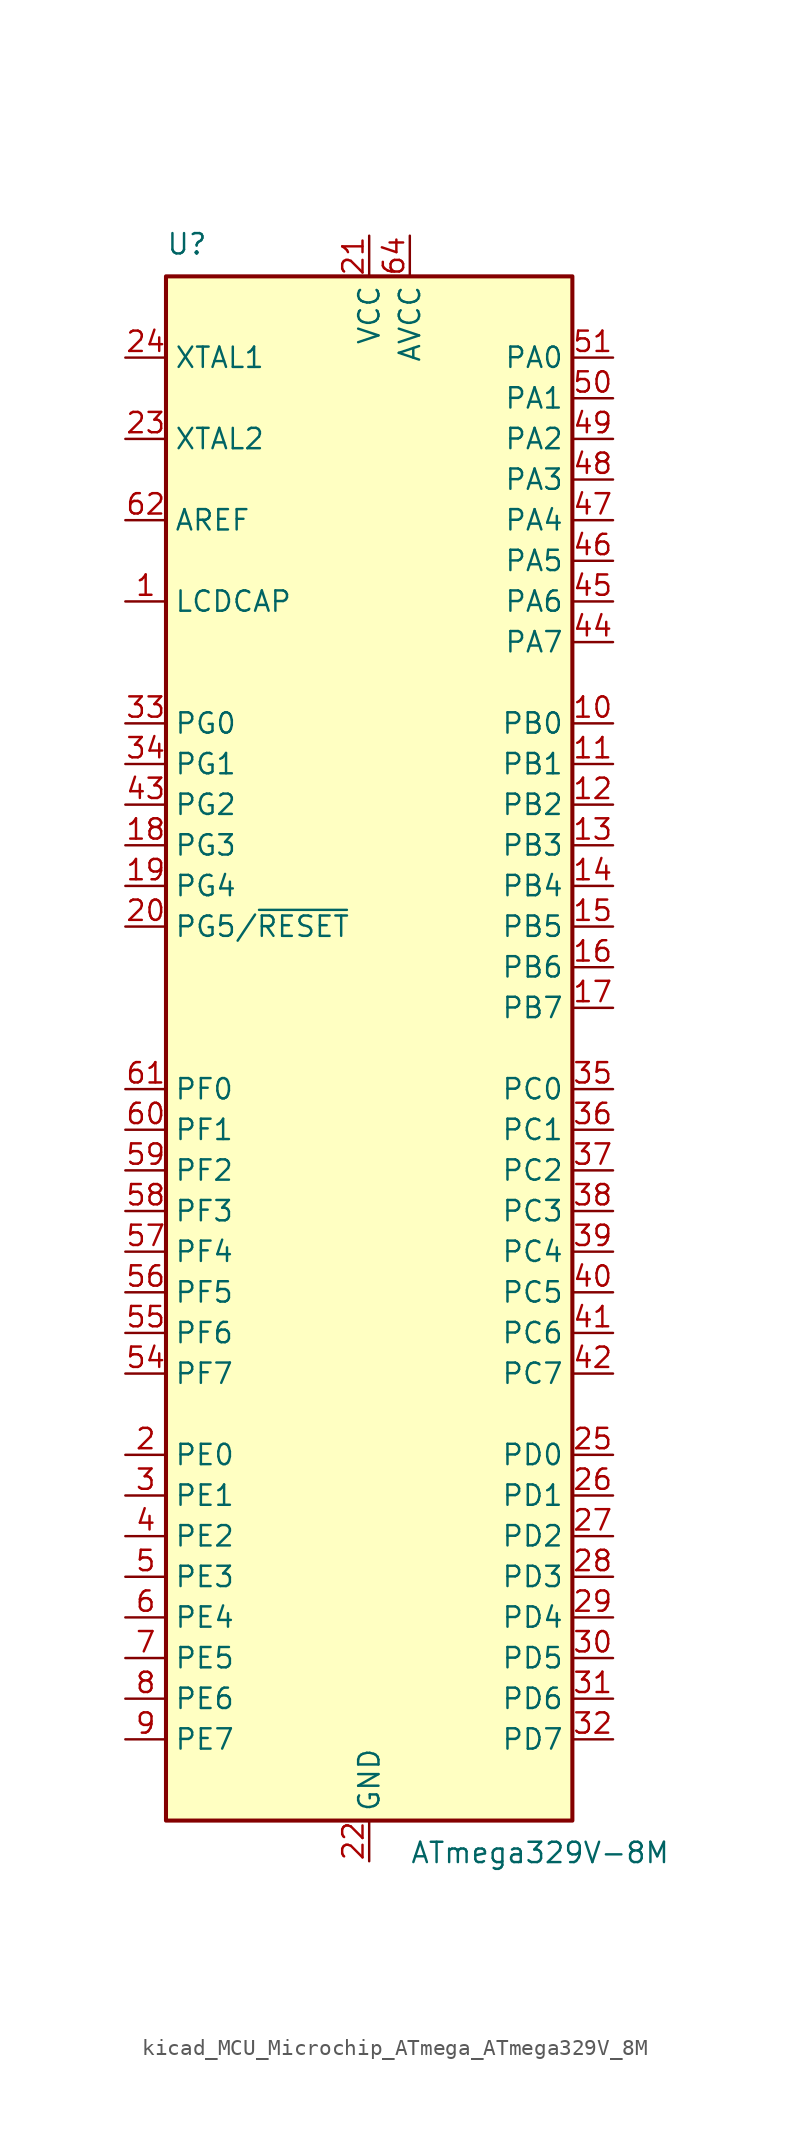
<source format=kicad_sym>
(kicad_symbol_lib
  (version 20220914)
  (generator kicad_symbol_editor)
  (symbol "kicad_MCU_Microchip_ATmega_ATmega329V_8M"
    (property "Reference" "U"
      (at -12.7 49.53 0)
      (effects (font (size 1.27 1.27)) (justify left bottom)))
    (property "Value" "ATmega329V-8M"
      (at 2.54 -49.53 0)
      (effects (font (size 1.27 1.27)) (justify left top)))
    (symbol "kicad_MCU_Microchip_ATmega_ATmega329V_8M_0_1"
      (rectangle (start -12.7 -48.26) (end 12.7 48.26) (stroke (width 0.254) (type default)) (fill (type background))))
    (symbol "kicad_MCU_Microchip_ATmega_ATmega329V_8M_1_1"
      (pin passive line (at -15.24 27.94 0) (length 2.54) (name "LCDCAP" (effects (font (size 1.27 1.27)))) (number "1" (effects (font (size 1.27 1.27)))))
      (pin bidirectional line (at 15.24 20.32 180) (length 2.54) (name "PB0" (effects (font (size 1.27 1.27)))) (number "10" (effects (font (size 1.27 1.27)))))
      (pin bidirectional line (at 15.24 17.78 180) (length 2.54) (name "PB1" (effects (font (size 1.27 1.27)))) (number "11" (effects (font (size 1.27 1.27)))))
      (pin bidirectional line (at 15.24 15.24 180) (length 2.54) (name "PB2" (effects (font (size 1.27 1.27)))) (number "12" (effects (font (size 1.27 1.27)))))
      (pin bidirectional line (at 15.24 12.7 180) (length 2.54) (name "PB3" (effects (font (size 1.27 1.27)))) (number "13" (effects (font (size 1.27 1.27)))))
      (pin bidirectional line (at 15.24 10.16 180) (length 2.54) (name "PB4" (effects (font (size 1.27 1.27)))) (number "14" (effects (font (size 1.27 1.27)))))
      (pin bidirectional line (at 15.24 7.62 180) (length 2.54) (name "PB5" (effects (font (size 1.27 1.27)))) (number "15" (effects (font (size 1.27 1.27)))))
      (pin bidirectional line (at 15.24 5.08 180) (length 2.54) (name "PB6" (effects (font (size 1.27 1.27)))) (number "16" (effects (font (size 1.27 1.27)))))
      (pin bidirectional line (at 15.24 2.54 180) (length 2.54) (name "PB7" (effects (font (size 1.27 1.27)))) (number "17" (effects (font (size 1.27 1.27)))))
      (pin bidirectional line (at -15.24 12.7 0) (length 2.54) (name "PG3" (effects (font (size 1.27 1.27)))) (number "18" (effects (font (size 1.27 1.27)))))
      (pin bidirectional line (at -15.24 10.16 0) (length 2.54) (name "PG4" (effects (font (size 1.27 1.27)))) (number "19" (effects (font (size 1.27 1.27)))))
      (pin bidirectional line (at -15.24 -25.4 0) (length 2.54) (name "PE0" (effects (font (size 1.27 1.27)))) (number "2" (effects (font (size 1.27 1.27)))))
      (pin bidirectional line (at -15.24 7.62 0) (length 2.54) (name "PG5/~{RESET}" (effects (font (size 1.27 1.27)))) (number "20" (effects (font (size 1.27 1.27)))))
      (pin power_in line (at 0 50.8 270) (length 2.54) (name "VCC" (effects (font (size 1.27 1.27)))) (number "21" (effects (font (size 1.27 1.27)))))
      (pin power_in line (at 0 -50.8 90) (length 2.54) (name "GND" (effects (font (size 1.27 1.27)))) (number "22" (effects (font (size 1.27 1.27)))))
      (pin output line (at -15.24 38.1 0) (length 2.54) (name "XTAL2" (effects (font (size 1.27 1.27)))) (number "23" (effects (font (size 1.27 1.27)))))
      (pin input line (at -15.24 43.18 0) (length 2.54) (name "XTAL1" (effects (font (size 1.27 1.27)))) (number "24" (effects (font (size 1.27 1.27)))))
      (pin bidirectional line (at 15.24 -25.4 180) (length 2.54) (name "PD0" (effects (font (size 1.27 1.27)))) (number "25" (effects (font (size 1.27 1.27)))))
      (pin bidirectional line (at 15.24 -27.94 180) (length 2.54) (name "PD1" (effects (font (size 1.27 1.27)))) (number "26" (effects (font (size 1.27 1.27)))))
      (pin bidirectional line (at 15.24 -30.48 180) (length 2.54) (name "PD2" (effects (font (size 1.27 1.27)))) (number "27" (effects (font (size 1.27 1.27)))))
      (pin bidirectional line (at 15.24 -33.02 180) (length 2.54) (name "PD3" (effects (font (size 1.27 1.27)))) (number "28" (effects (font (size 1.27 1.27)))))
      (pin bidirectional line (at 15.24 -35.56 180) (length 2.54) (name "PD4" (effects (font (size 1.27 1.27)))) (number "29" (effects (font (size 1.27 1.27)))))
      (pin bidirectional line (at -15.24 -27.94 0) (length 2.54) (name "PE1" (effects (font (size 1.27 1.27)))) (number "3" (effects (font (size 1.27 1.27)))))
      (pin bidirectional line (at 15.24 -38.1 180) (length 2.54) (name "PD5" (effects (font (size 1.27 1.27)))) (number "30" (effects (font (size 1.27 1.27)))))
      (pin bidirectional line (at 15.24 -40.64 180) (length 2.54) (name "PD6" (effects (font (size 1.27 1.27)))) (number "31" (effects (font (size 1.27 1.27)))))
      (pin bidirectional line (at 15.24 -43.18 180) (length 2.54) (name "PD7" (effects (font (size 1.27 1.27)))) (number "32" (effects (font (size 1.27 1.27)))))
      (pin bidirectional line (at -15.24 20.32 0) (length 2.54) (name "PG0" (effects (font (size 1.27 1.27)))) (number "33" (effects (font (size 1.27 1.27)))))
      (pin bidirectional line (at -15.24 17.78 0) (length 2.54) (name "PG1" (effects (font (size 1.27 1.27)))) (number "34" (effects (font (size 1.27 1.27)))))
      (pin bidirectional line (at 15.24 -2.54 180) (length 2.54) (name "PC0" (effects (font (size 1.27 1.27)))) (number "35" (effects (font (size 1.27 1.27)))))
      (pin bidirectional line (at 15.24 -5.08 180) (length 2.54) (name "PC1" (effects (font (size 1.27 1.27)))) (number "36" (effects (font (size 1.27 1.27)))))
      (pin bidirectional line (at 15.24 -7.62 180) (length 2.54) (name "PC2" (effects (font (size 1.27 1.27)))) (number "37" (effects (font (size 1.27 1.27)))))
      (pin bidirectional line (at 15.24 -10.16 180) (length 2.54) (name "PC3" (effects (font (size 1.27 1.27)))) (number "38" (effects (font (size 1.27 1.27)))))
      (pin bidirectional line (at 15.24 -12.7 180) (length 2.54) (name "PC4" (effects (font (size 1.27 1.27)))) (number "39" (effects (font (size 1.27 1.27)))))
      (pin bidirectional line (at -15.24 -30.48 0) (length 2.54) (name "PE2" (effects (font (size 1.27 1.27)))) (number "4" (effects (font (size 1.27 1.27)))))
      (pin bidirectional line (at 15.24 -15.24 180) (length 2.54) (name "PC5" (effects (font (size 1.27 1.27)))) (number "40" (effects (font (size 1.27 1.27)))))
      (pin bidirectional line (at 15.24 -17.78 180) (length 2.54) (name "PC6" (effects (font (size 1.27 1.27)))) (number "41" (effects (font (size 1.27 1.27)))))
      (pin bidirectional line (at 15.24 -20.32 180) (length 2.54) (name "PC7" (effects (font (size 1.27 1.27)))) (number "42" (effects (font (size 1.27 1.27)))))
      (pin bidirectional line (at -15.24 15.24 0) (length 2.54) (name "PG2" (effects (font (size 1.27 1.27)))) (number "43" (effects (font (size 1.27 1.27)))))
      (pin bidirectional line (at 15.24 25.4 180) (length 2.54) (name "PA7" (effects (font (size 1.27 1.27)))) (number "44" (effects (font (size 1.27 1.27)))))
      (pin bidirectional line (at 15.24 27.94 180) (length 2.54) (name "PA6" (effects (font (size 1.27 1.27)))) (number "45" (effects (font (size 1.27 1.27)))))
      (pin bidirectional line (at 15.24 30.48 180) (length 2.54) (name "PA5" (effects (font (size 1.27 1.27)))) (number "46" (effects (font (size 1.27 1.27)))))
      (pin bidirectional line (at 15.24 33.02 180) (length 2.54) (name "PA4" (effects (font (size 1.27 1.27)))) (number "47" (effects (font (size 1.27 1.27)))))
      (pin bidirectional line (at 15.24 35.56 180) (length 2.54) (name "PA3" (effects (font (size 1.27 1.27)))) (number "48" (effects (font (size 1.27 1.27)))))
      (pin bidirectional line (at 15.24 38.1 180) (length 2.54) (name "PA2" (effects (font (size 1.27 1.27)))) (number "49" (effects (font (size 1.27 1.27)))))
      (pin bidirectional line (at -15.24 -33.02 0) (length 2.54) (name "PE3" (effects (font (size 1.27 1.27)))) (number "5" (effects (font (size 1.27 1.27)))))
      (pin bidirectional line (at 15.24 40.64 180) (length 2.54) (name "PA1" (effects (font (size 1.27 1.27)))) (number "50" (effects (font (size 1.27 1.27)))))
      (pin bidirectional line (at 15.24 43.18 180) (length 2.54) (name "PA0" (effects (font (size 1.27 1.27)))) (number "51" (effects (font (size 1.27 1.27)))))
      (pin passive line (at 0 50.8 270) (length 2.54) hide (name "VCC" (effects (font (size 1.27 1.27)))) (number "52" (effects (font (size 1.27 1.27)))))
      (pin passive line (at 0 -50.8 90) (length 2.54) hide (name "GND" (effects (font (size 1.27 1.27)))) (number "53" (effects (font (size 1.27 1.27)))))
      (pin bidirectional line (at -15.24 -20.32 0) (length 2.54) (name "PF7" (effects (font (size 1.27 1.27)))) (number "54" (effects (font (size 1.27 1.27)))))
      (pin bidirectional line (at -15.24 -17.78 0) (length 2.54) (name "PF6" (effects (font (size 1.27 1.27)))) (number "55" (effects (font (size 1.27 1.27)))))
      (pin bidirectional line (at -15.24 -15.24 0) (length 2.54) (name "PF5" (effects (font (size 1.27 1.27)))) (number "56" (effects (font (size 1.27 1.27)))))
      (pin bidirectional line (at -15.24 -12.7 0) (length 2.54) (name "PF4" (effects (font (size 1.27 1.27)))) (number "57" (effects (font (size 1.27 1.27)))))
      (pin bidirectional line (at -15.24 -10.16 0) (length 2.54) (name "PF3" (effects (font (size 1.27 1.27)))) (number "58" (effects (font (size 1.27 1.27)))))
      (pin bidirectional line (at -15.24 -7.62 0) (length 2.54) (name "PF2" (effects (font (size 1.27 1.27)))) (number "59" (effects (font (size 1.27 1.27)))))
      (pin bidirectional line (at -15.24 -35.56 0) (length 2.54) (name "PE4" (effects (font (size 1.27 1.27)))) (number "6" (effects (font (size 1.27 1.27)))))
      (pin bidirectional line (at -15.24 -5.08 0) (length 2.54) (name "PF1" (effects (font (size 1.27 1.27)))) (number "60" (effects (font (size 1.27 1.27)))))
      (pin bidirectional line (at -15.24 -2.54 0) (length 2.54) (name "PF0" (effects (font (size 1.27 1.27)))) (number "61" (effects (font (size 1.27 1.27)))))
      (pin passive line (at -15.24 33.02 0) (length 2.54) (name "AREF" (effects (font (size 1.27 1.27)))) (number "62" (effects (font (size 1.27 1.27)))))
      (pin passive line (at 0 -50.8 90) (length 2.54) hide (name "GND" (effects (font (size 1.27 1.27)))) (number "63" (effects (font (size 1.27 1.27)))))
      (pin power_in line (at 2.54 50.8 270) (length 2.54) (name "AVCC" (effects (font (size 1.27 1.27)))) (number "64" (effects (font (size 1.27 1.27)))))
      (pin passive line (at 0 -50.8 90) (length 2.54) hide (name "GND" (effects (font (size 1.27 1.27)))) (number "65" (effects (font (size 1.27 1.27)))))
      (pin bidirectional line (at -15.24 -38.1 0) (length 2.54) (name "PE5" (effects (font (size 1.27 1.27)))) (number "7" (effects (font (size 1.27 1.27)))))
      (pin bidirectional line (at -15.24 -40.64 0) (length 2.54) (name "PE6" (effects (font (size 1.27 1.27)))) (number "8" (effects (font (size 1.27 1.27)))))
      (pin bidirectional line (at -15.24 -43.18 0) (length 2.54) (name "PE7" (effects (font (size 1.27 1.27)))) (number "9" (effects (font (size 1.27 1.27))))))))
</source>
